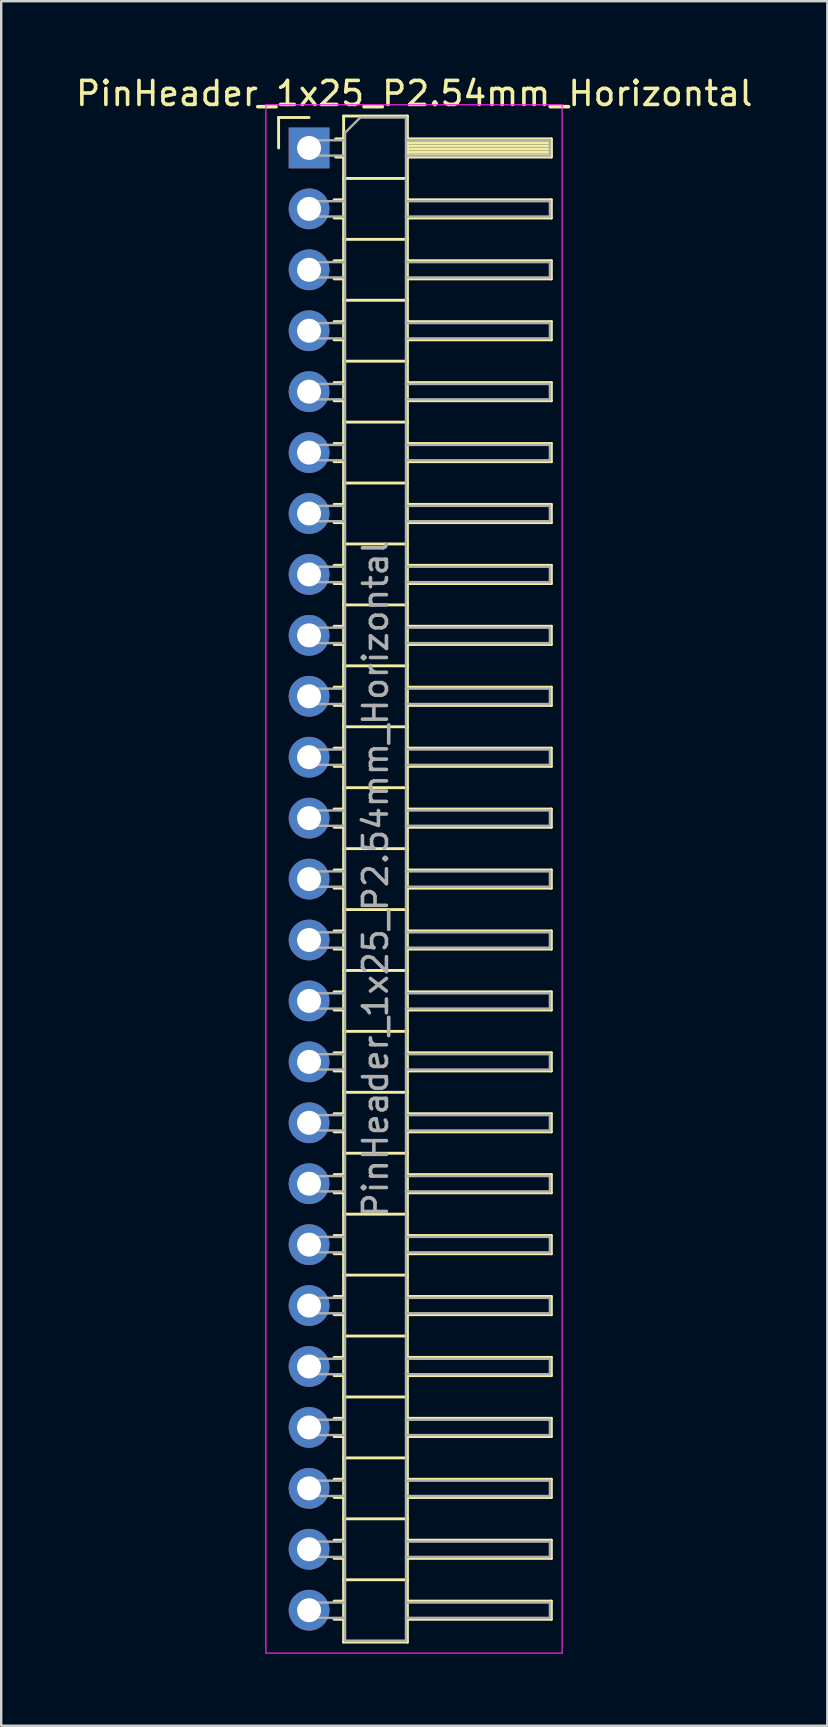
<source format=kicad_pcb>
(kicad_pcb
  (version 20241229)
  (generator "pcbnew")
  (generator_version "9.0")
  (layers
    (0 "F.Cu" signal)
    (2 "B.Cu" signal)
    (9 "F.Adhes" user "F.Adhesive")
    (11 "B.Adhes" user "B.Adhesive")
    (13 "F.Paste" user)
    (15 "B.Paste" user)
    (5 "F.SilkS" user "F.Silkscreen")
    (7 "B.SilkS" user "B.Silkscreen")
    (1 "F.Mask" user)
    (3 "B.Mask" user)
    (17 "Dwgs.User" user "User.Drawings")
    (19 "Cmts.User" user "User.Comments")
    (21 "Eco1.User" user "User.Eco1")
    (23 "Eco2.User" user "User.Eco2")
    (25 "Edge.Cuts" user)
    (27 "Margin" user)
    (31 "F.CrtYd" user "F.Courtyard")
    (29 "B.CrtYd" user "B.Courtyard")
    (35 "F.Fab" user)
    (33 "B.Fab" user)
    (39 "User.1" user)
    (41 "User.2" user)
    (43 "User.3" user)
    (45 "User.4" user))
  (footprint "PinHeader_1x25_P2.54mm_Horizontal"
    (layer "F.Cu")
    (at 9.835 3.118)
    (property "Reference" "PinHeader_1x25_P2.54mm_Horizontal" (at 4.385 -2.27 0) (layer "F.SilkS") (effects (font (size 1 1) (thickness 0.15))))
    (attr through_hole)
    (fp_line (start -1.27 -1.27) (end 0 -1.27) (stroke (width 0.12) (type solid)) (layer "F.SilkS"))
    (fp_line (start -1.27 0) (end -1.27 -1.27) (stroke (width 0.12) (type solid)) (layer "F.SilkS"))
    (fp_line (start 1.043 2.16) (end 1.44 2.16) (stroke (width 0.12) (type solid)) (layer "F.SilkS"))
    (fp_line (start 1.043 2.92) (end 1.44 2.92) (stroke (width 0.12) (type solid)) (layer "F.SilkS"))
    (fp_line (start 1.043 4.7) (end 1.44 4.7) (stroke (width 0.12) (type solid)) (layer "F.SilkS"))
    (fp_line (start 1.043 5.46) (end 1.44 5.46) (stroke (width 0.12) (type solid)) (layer "F.SilkS"))
    (fp_line (start 1.043 7.24) (end 1.44 7.24) (stroke (width 0.12) (type solid)) (layer "F.SilkS"))
    (fp_line (start 1.043 8) (end 1.44 8) (stroke (width 0.12) (type solid)) (layer "F.SilkS"))
    (fp_line (start 1.043 9.78) (end 1.44 9.78) (stroke (width 0.12) (type solid)) (layer "F.SilkS"))
    (fp_line (start 1.043 10.54) (end 1.44 10.54) (stroke (width 0.12) (type solid)) (layer "F.SilkS"))
    (fp_line (start 1.043 12.32) (end 1.44 12.32) (stroke (width 0.12) (type solid)) (layer "F.SilkS"))
    (fp_line (start 1.043 13.08) (end 1.44 13.08) (stroke (width 0.12) (type solid)) (layer "F.SilkS"))
    (fp_line (start 1.043 14.86) (end 1.44 14.86) (stroke (width 0.12) (type solid)) (layer "F.SilkS"))
    (fp_line (start 1.043 15.62) (end 1.44 15.62) (stroke (width 0.12) (type solid)) (layer "F.SilkS"))
    (fp_line (start 1.043 17.4) (end 1.44 17.4) (stroke (width 0.12) (type solid)) (layer "F.SilkS"))
    (fp_line (start 1.043 18.16) (end 1.44 18.16) (stroke (width 0.12) (type solid)) (layer "F.SilkS"))
    (fp_line (start 1.043 19.94) (end 1.44 19.94) (stroke (width 0.12) (type solid)) (layer "F.SilkS"))
    (fp_line (start 1.043 20.7) (end 1.44 20.7) (stroke (width 0.12) (type solid)) (layer "F.SilkS"))
    (fp_line (start 1.043 22.48) (end 1.44 22.48) (stroke (width 0.12) (type solid)) (layer "F.SilkS"))
    (fp_line (start 1.043 23.24) (end 1.44 23.24) (stroke (width 0.12) (type solid)) (layer "F.SilkS"))
    (fp_line (start 1.043 25.02) (end 1.44 25.02) (stroke (width 0.12) (type solid)) (layer "F.SilkS"))
    (fp_line (start 1.043 25.78) (end 1.44 25.78) (stroke (width 0.12) (type solid)) (layer "F.SilkS"))
    (fp_line (start 1.043 27.56) (end 1.44 27.56) (stroke (width 0.12) (type solid)) (layer "F.SilkS"))
    (fp_line (start 1.043 28.32) (end 1.44 28.32) (stroke (width 0.12) (type solid)) (layer "F.SilkS"))
    (fp_line (start 1.043 30.1) (end 1.44 30.1) (stroke (width 0.12) (type solid)) (layer "F.SilkS"))
    (fp_line (start 1.043 30.86) (end 1.44 30.86) (stroke (width 0.12) (type solid)) (layer "F.SilkS"))
    (fp_line (start 1.043 32.64) (end 1.44 32.64) (stroke (width 0.12) (type solid)) (layer "F.SilkS"))
    (fp_line (start 1.043 33.4) (end 1.44 33.4) (stroke (width 0.12) (type solid)) (layer "F.SilkS"))
    (fp_line (start 1.043 35.18) (end 1.44 35.18) (stroke (width 0.12) (type solid)) (layer "F.SilkS"))
    (fp_line (start 1.043 35.94) (end 1.44 35.94) (stroke (width 0.12) (type solid)) (layer "F.SilkS"))
    (fp_line (start 1.043 37.72) (end 1.44 37.72) (stroke (width 0.12) (type solid)) (layer "F.SilkS"))
    (fp_line (start 1.043 38.48) (end 1.44 38.48) (stroke (width 0.12) (type solid)) (layer "F.SilkS"))
    (fp_line (start 1.043 40.26) (end 1.44 40.26) (stroke (width 0.12) (type solid)) (layer "F.SilkS"))
    (fp_line (start 1.043 41.02) (end 1.44 41.02) (stroke (width 0.12) (type solid)) (layer "F.SilkS"))
    (fp_line (start 1.043 42.8) (end 1.44 42.8) (stroke (width 0.12) (type solid)) (layer "F.SilkS"))
    (fp_line (start 1.043 43.56) (end 1.44 43.56) (stroke (width 0.12) (type solid)) (layer "F.SilkS"))
    (fp_line (start 1.043 45.34) (end 1.44 45.34) (stroke (width 0.12) (type solid)) (layer "F.SilkS"))
    (fp_line (start 1.043 46.1) (end 1.44 46.1) (stroke (width 0.12) (type solid)) (layer "F.SilkS"))
    (fp_line (start 1.043 47.88) (end 1.44 47.88) (stroke (width 0.12) (type solid)) (layer "F.SilkS"))
    (fp_line (start 1.043 48.64) (end 1.44 48.64) (stroke (width 0.12) (type solid)) (layer "F.SilkS"))
    (fp_line (start 1.043 50.42) (end 1.44 50.42) (stroke (width 0.12) (type solid)) (layer "F.SilkS"))
    (fp_line (start 1.043 51.18) (end 1.44 51.18) (stroke (width 0.12) (type solid)) (layer "F.SilkS"))
    (fp_line (start 1.043 52.96) (end 1.44 52.96) (stroke (width 0.12) (type solid)) (layer "F.SilkS"))
    (fp_line (start 1.043 53.72) (end 1.44 53.72) (stroke (width 0.12) (type solid)) (layer "F.SilkS"))
    (fp_line (start 1.043 55.5) (end 1.44 55.5) (stroke (width 0.12) (type solid)) (layer "F.SilkS"))
    (fp_line (start 1.043 56.26) (end 1.44 56.26) (stroke (width 0.12) (type solid)) (layer "F.SilkS"))
    (fp_line (start 1.043 58.04) (end 1.44 58.04) (stroke (width 0.12) (type solid)) (layer "F.SilkS"))
    (fp_line (start 1.043 58.8) (end 1.44 58.8) (stroke (width 0.12) (type solid)) (layer "F.SilkS"))
    (fp_line (start 1.043 60.58) (end 1.44 60.58) (stroke (width 0.12) (type solid)) (layer "F.SilkS"))
    (fp_line (start 1.043 61.34) (end 1.44 61.34) (stroke (width 0.12) (type solid)) (layer "F.SilkS"))
    (fp_line (start 1.11 -0.38) (end 1.44 -0.38) (stroke (width 0.12) (type solid)) (layer "F.SilkS"))
    (fp_line (start 1.11 0.38) (end 1.44 0.38) (stroke (width 0.12) (type solid)) (layer "F.SilkS"))
    (fp_line (start 1.44 -1.33) (end 1.44 62.29) (stroke (width 0.12) (type solid)) (layer "F.SilkS"))
    (fp_line (start 1.44 1.27) (end 4.1 1.27) (stroke (width 0.12) (type solid)) (layer "F.SilkS"))
    (fp_line (start 1.44 3.81) (end 4.1 3.81) (stroke (width 0.12) (type solid)) (layer "F.SilkS"))
    (fp_line (start 1.44 6.35) (end 4.1 6.35) (stroke (width 0.12) (type solid)) (layer "F.SilkS"))
    (fp_line (start 1.44 8.89) (end 4.1 8.89) (stroke (width 0.12) (type solid)) (layer "F.SilkS"))
    (fp_line (start 1.44 11.43) (end 4.1 11.43) (stroke (width 0.12) (type solid)) (layer "F.SilkS"))
    (fp_line (start 1.44 13.97) (end 4.1 13.97) (stroke (width 0.12) (type solid)) (layer "F.SilkS"))
    (fp_line (start 1.44 16.51) (end 4.1 16.51) (stroke (width 0.12) (type solid)) (layer "F.SilkS"))
    (fp_line (start 1.44 19.05) (end 4.1 19.05) (stroke (width 0.12) (type solid)) (layer "F.SilkS"))
    (fp_line (start 1.44 21.59) (end 4.1 21.59) (stroke (width 0.12) (type solid)) (layer "F.SilkS"))
    (fp_line (start 1.44 24.13) (end 4.1 24.13) (stroke (width 0.12) (type solid)) (layer "F.SilkS"))
    (fp_line (start 1.44 26.67) (end 4.1 26.67) (stroke (width 0.12) (type solid)) (layer "F.SilkS"))
    (fp_line (start 1.44 29.21) (end 4.1 29.21) (stroke (width 0.12) (type solid)) (layer "F.SilkS"))
    (fp_line (start 1.44 31.75) (end 4.1 31.75) (stroke (width 0.12) (type solid)) (layer "F.SilkS"))
    (fp_line (start 1.44 34.29) (end 4.1 34.29) (stroke (width 0.12) (type solid)) (layer "F.SilkS"))
    (fp_line (start 1.44 36.83) (end 4.1 36.83) (stroke (width 0.12) (type solid)) (layer "F.SilkS"))
    (fp_line (start 1.44 39.37) (end 4.1 39.37) (stroke (width 0.12) (type solid)) (layer "F.SilkS"))
    (fp_line (start 1.44 41.91) (end 4.1 41.91) (stroke (width 0.12) (type solid)) (layer "F.SilkS"))
    (fp_line (start 1.44 44.45) (end 4.1 44.45) (stroke (width 0.12) (type solid)) (layer "F.SilkS"))
    (fp_line (start 1.44 46.99) (end 4.1 46.99) (stroke (width 0.12) (type solid)) (layer "F.SilkS"))
    (fp_line (start 1.44 49.53) (end 4.1 49.53) (stroke (width 0.12) (type solid)) (layer "F.SilkS"))
    (fp_line (start 1.44 52.07) (end 4.1 52.07) (stroke (width 0.12) (type solid)) (layer "F.SilkS"))
    (fp_line (start 1.44 54.61) (end 4.1 54.61) (stroke (width 0.12) (type solid)) (layer "F.SilkS"))
    (fp_line (start 1.44 57.15) (end 4.1 57.15) (stroke (width 0.12) (type solid)) (layer "F.SilkS"))
    (fp_line (start 1.44 59.69) (end 4.1 59.69) (stroke (width 0.12) (type solid)) (layer "F.SilkS"))
    (fp_line (start 1.44 62.29) (end 4.1 62.29) (stroke (width 0.12) (type solid)) (layer "F.SilkS"))
    (fp_line (start 4.1 -1.33) (end 1.44 -1.33) (stroke (width 0.12) (type solid)) (layer "F.SilkS"))
    (fp_line (start 4.1 -0.38) (end 10.1 -0.38) (stroke (width 0.12) (type solid)) (layer "F.SilkS"))
    (fp_line (start 4.1 -0.32) (end 10.1 -0.32) (stroke (width 0.12) (type solid)) (layer "F.SilkS"))
    (fp_line (start 4.1 -0.2) (end 10.1 -0.2) (stroke (width 0.12) (type solid)) (layer "F.SilkS"))
    (fp_line (start 4.1 -0.08) (end 10.1 -0.08) (stroke (width 0.12) (type solid)) (layer "F.SilkS"))
    (fp_line (start 4.1 0.04) (end 10.1 0.04) (stroke (width 0.12) (type solid)) (layer "F.SilkS"))
    (fp_line (start 4.1 0.16) (end 10.1 0.16) (stroke (width 0.12) (type solid)) (layer "F.SilkS"))
    (fp_line (start 4.1 0.28) (end 10.1 0.28) (stroke (width 0.12) (type solid)) (layer "F.SilkS"))
    (fp_line (start 4.1 2.16) (end 10.1 2.16) (stroke (width 0.12) (type solid)) (layer "F.SilkS"))
    (fp_line (start 4.1 4.7) (end 10.1 4.7) (stroke (width 0.12) (type solid)) (layer "F.SilkS"))
    (fp_line (start 4.1 7.24) (end 10.1 7.24) (stroke (width 0.12) (type solid)) (layer "F.SilkS"))
    (fp_line (start 4.1 9.78) (end 10.1 9.78) (stroke (width 0.12) (type solid)) (layer "F.SilkS"))
    (fp_line (start 4.1 12.32) (end 10.1 12.32) (stroke (width 0.12) (type solid)) (layer "F.SilkS"))
    (fp_line (start 4.1 14.86) (end 10.1 14.86) (stroke (width 0.12) (type solid)) (layer "F.SilkS"))
    (fp_line (start 4.1 17.4) (end 10.1 17.4) (stroke (width 0.12) (type solid)) (layer "F.SilkS"))
    (fp_line (start 4.1 19.94) (end 10.1 19.94) (stroke (width 0.12) (type solid)) (layer "F.SilkS"))
    (fp_line (start 4.1 22.48) (end 10.1 22.48) (stroke (width 0.12) (type solid)) (layer "F.SilkS"))
    (fp_line (start 4.1 25.02) (end 10.1 25.02) (stroke (width 0.12) (type solid)) (layer "F.SilkS"))
    (fp_line (start 4.1 27.56) (end 10.1 27.56) (stroke (width 0.12) (type solid)) (layer "F.SilkS"))
    (fp_line (start 4.1 30.1) (end 10.1 30.1) (stroke (width 0.12) (type solid)) (layer "F.SilkS"))
    (fp_line (start 4.1 32.64) (end 10.1 32.64) (stroke (width 0.12) (type solid)) (layer "F.SilkS"))
    (fp_line (start 4.1 35.18) (end 10.1 35.18) (stroke (width 0.12) (type solid)) (layer "F.SilkS"))
    (fp_line (start 4.1 37.72) (end 10.1 37.72) (stroke (width 0.12) (type solid)) (layer "F.SilkS"))
    (fp_line (start 4.1 40.26) (end 10.1 40.26) (stroke (width 0.12) (type solid)) (layer "F.SilkS"))
    (fp_line (start 4.1 42.8) (end 10.1 42.8) (stroke (width 0.12) (type solid)) (layer "F.SilkS"))
    (fp_line (start 4.1 45.34) (end 10.1 45.34) (stroke (width 0.12) (type solid)) (layer "F.SilkS"))
    (fp_line (start 4.1 47.88) (end 10.1 47.88) (stroke (width 0.12) (type solid)) (layer "F.SilkS"))
    (fp_line (start 4.1 50.42) (end 10.1 50.42) (stroke (width 0.12) (type solid)) (layer "F.SilkS"))
    (fp_line (start 4.1 52.96) (end 10.1 52.96) (stroke (width 0.12) (type solid)) (layer "F.SilkS"))
    (fp_line (start 4.1 55.5) (end 10.1 55.5) (stroke (width 0.12) (type solid)) (layer "F.SilkS"))
    (fp_line (start 4.1 58.04) (end 10.1 58.04) (stroke (width 0.12) (type solid)) (layer "F.SilkS"))
    (fp_line (start 4.1 60.58) (end 10.1 60.58) (stroke (width 0.12) (type solid)) (layer "F.SilkS"))
    (fp_line (start 4.1 62.29) (end 4.1 -1.33) (stroke (width 0.12) (type solid)) (layer "F.SilkS"))
    (fp_line (start 10.1 -0.38) (end 10.1 0.38) (stroke (width 0.12) (type solid)) (layer "F.SilkS"))
    (fp_line (start 10.1 0.38) (end 4.1 0.38) (stroke (width 0.12) (type solid)) (layer "F.SilkS"))
    (fp_line (start 10.1 2.16) (end 10.1 2.92) (stroke (width 0.12) (type solid)) (layer "F.SilkS"))
    (fp_line (start 10.1 2.92) (end 4.1 2.92) (stroke (width 0.12) (type solid)) (layer "F.SilkS"))
    (fp_line (start 10.1 4.7) (end 10.1 5.46) (stroke (width 0.12) (type solid)) (layer "F.SilkS"))
    (fp_line (start 10.1 5.46) (end 4.1 5.46) (stroke (width 0.12) (type solid)) (layer "F.SilkS"))
    (fp_line (start 10.1 7.24) (end 10.1 8) (stroke (width 0.12) (type solid)) (layer "F.SilkS"))
    (fp_line (start 10.1 8) (end 4.1 8) (stroke (width 0.12) (type solid)) (layer "F.SilkS"))
    (fp_line (start 10.1 9.78) (end 10.1 10.54) (stroke (width 0.12) (type solid)) (layer "F.SilkS"))
    (fp_line (start 10.1 10.54) (end 4.1 10.54) (stroke (width 0.12) (type solid)) (layer "F.SilkS"))
    (fp_line (start 10.1 12.32) (end 10.1 13.08) (stroke (width 0.12) (type solid)) (layer "F.SilkS"))
    (fp_line (start 10.1 13.08) (end 4.1 13.08) (stroke (width 0.12) (type solid)) (layer "F.SilkS"))
    (fp_line (start 10.1 14.86) (end 10.1 15.62) (stroke (width 0.12) (type solid)) (layer "F.SilkS"))
    (fp_line (start 10.1 15.62) (end 4.1 15.62) (stroke (width 0.12) (type solid)) (layer "F.SilkS"))
    (fp_line (start 10.1 17.4) (end 10.1 18.16) (stroke (width 0.12) (type solid)) (layer "F.SilkS"))
    (fp_line (start 10.1 18.16) (end 4.1 18.16) (stroke (width 0.12) (type solid)) (layer "F.SilkS"))
    (fp_line (start 10.1 19.94) (end 10.1 20.7) (stroke (width 0.12) (type solid)) (layer "F.SilkS"))
    (fp_line (start 10.1 20.7) (end 4.1 20.7) (stroke (width 0.12) (type solid)) (layer "F.SilkS"))
    (fp_line (start 10.1 22.48) (end 10.1 23.24) (stroke (width 0.12) (type solid)) (layer "F.SilkS"))
    (fp_line (start 10.1 23.24) (end 4.1 23.24) (stroke (width 0.12) (type solid)) (layer "F.SilkS"))
    (fp_line (start 10.1 25.02) (end 10.1 25.78) (stroke (width 0.12) (type solid)) (layer "F.SilkS"))
    (fp_line (start 10.1 25.78) (end 4.1 25.78) (stroke (width 0.12) (type solid)) (layer "F.SilkS"))
    (fp_line (start 10.1 27.56) (end 10.1 28.32) (stroke (width 0.12) (type solid)) (layer "F.SilkS"))
    (fp_line (start 10.1 28.32) (end 4.1 28.32) (stroke (width 0.12) (type solid)) (layer "F.SilkS"))
    (fp_line (start 10.1 30.1) (end 10.1 30.86) (stroke (width 0.12) (type solid)) (layer "F.SilkS"))
    (fp_line (start 10.1 30.86) (end 4.1 30.86) (stroke (width 0.12) (type solid)) (layer "F.SilkS"))
    (fp_line (start 10.1 32.64) (end 10.1 33.4) (stroke (width 0.12) (type solid)) (layer "F.SilkS"))
    (fp_line (start 10.1 33.4) (end 4.1 33.4) (stroke (width 0.12) (type solid)) (layer "F.SilkS"))
    (fp_line (start 10.1 35.18) (end 10.1 35.94) (stroke (width 0.12) (type solid)) (layer "F.SilkS"))
    (fp_line (start 10.1 35.94) (end 4.1 35.94) (stroke (width 0.12) (type solid)) (layer "F.SilkS"))
    (fp_line (start 10.1 37.72) (end 10.1 38.48) (stroke (width 0.12) (type solid)) (layer "F.SilkS"))
    (fp_line (start 10.1 38.48) (end 4.1 38.48) (stroke (width 0.12) (type solid)) (layer "F.SilkS"))
    (fp_line (start 10.1 40.26) (end 10.1 41.02) (stroke (width 0.12) (type solid)) (layer "F.SilkS"))
    (fp_line (start 10.1 41.02) (end 4.1 41.02) (stroke (width 0.12) (type solid)) (layer "F.SilkS"))
    (fp_line (start 10.1 42.8) (end 10.1 43.56) (stroke (width 0.12) (type solid)) (layer "F.SilkS"))
    (fp_line (start 10.1 43.56) (end 4.1 43.56) (stroke (width 0.12) (type solid)) (layer "F.SilkS"))
    (fp_line (start 10.1 45.34) (end 10.1 46.1) (stroke (width 0.12) (type solid)) (layer "F.SilkS"))
    (fp_line (start 10.1 46.1) (end 4.1 46.1) (stroke (width 0.12) (type solid)) (layer "F.SilkS"))
    (fp_line (start 10.1 47.88) (end 10.1 48.64) (stroke (width 0.12) (type solid)) (layer "F.SilkS"))
    (fp_line (start 10.1 48.64) (end 4.1 48.64) (stroke (width 0.12) (type solid)) (layer "F.SilkS"))
    (fp_line (start 10.1 50.42) (end 10.1 51.18) (stroke (width 0.12) (type solid)) (layer "F.SilkS"))
    (fp_line (start 10.1 51.18) (end 4.1 51.18) (stroke (width 0.12) (type solid)) (layer "F.SilkS"))
    (fp_line (start 10.1 52.96) (end 10.1 53.72) (stroke (width 0.12) (type solid)) (layer "F.SilkS"))
    (fp_line (start 10.1 53.72) (end 4.1 53.72) (stroke (width 0.12) (type solid)) (layer "F.SilkS"))
    (fp_line (start 10.1 55.5) (end 10.1 56.26) (stroke (width 0.12) (type solid)) (layer "F.SilkS"))
    (fp_line (start 10.1 56.26) (end 4.1 56.26) (stroke (width 0.12) (type solid)) (layer "F.SilkS"))
    (fp_line (start 10.1 58.04) (end 10.1 58.8) (stroke (width 0.12) (type solid)) (layer "F.SilkS"))
    (fp_line (start 10.1 58.8) (end 4.1 58.8) (stroke (width 0.12) (type solid)) (layer "F.SilkS"))
    (fp_line (start 10.1 60.58) (end 10.1 61.34) (stroke (width 0.12) (type solid)) (layer "F.SilkS"))
    (fp_line (start 10.1 61.34) (end 4.1 61.34) (stroke (width 0.12) (type solid)) (layer "F.SilkS"))
    (fp_line (start -1.8 -1.8) (end -1.8 62.75) (stroke (width 0.05) (type solid)) (layer "F.CrtYd"))
    (fp_line (start -1.8 62.75) (end 10.55 62.75) (stroke (width 0.05) (type solid)) (layer "F.CrtYd"))
    (fp_line (start 10.55 -1.8) (end -1.8 -1.8) (stroke (width 0.05) (type solid)) (layer "F.CrtYd"))
    (fp_line (start 10.55 62.75) (end 10.55 -1.8) (stroke (width 0.05) (type solid)) (layer "F.CrtYd"))
    (fp_line (start -0.32 -0.32) (end -0.32 0.32) (stroke (width 0.1) (type solid)) (layer "F.Fab"))
    (fp_line (start -0.32 -0.32) (end 1.5 -0.32) (stroke (width 0.1) (type solid)) (layer "F.Fab"))
    (fp_line (start -0.32 0.32) (end 1.5 0.32) (stroke (width 0.1) (type solid)) (layer "F.Fab"))
    (fp_line (start -0.32 2.22) (end -0.32 2.86) (stroke (width 0.1) (type solid)) (layer "F.Fab"))
    (fp_line (start -0.32 2.22) (end 1.5 2.22) (stroke (width 0.1) (type solid)) (layer "F.Fab"))
    (fp_line (start -0.32 2.86) (end 1.5 2.86) (stroke (width 0.1) (type solid)) (layer "F.Fab"))
    (fp_line (start -0.32 4.76) (end -0.32 5.4) (stroke (width 0.1) (type solid)) (layer "F.Fab"))
    (fp_line (start -0.32 4.76) (end 1.5 4.76) (stroke (width 0.1) (type solid)) (layer "F.Fab"))
    (fp_line (start -0.32 5.4) (end 1.5 5.4) (stroke (width 0.1) (type solid)) (layer "F.Fab"))
    (fp_line (start -0.32 7.3) (end -0.32 7.94) (stroke (width 0.1) (type solid)) (layer "F.Fab"))
    (fp_line (start -0.32 7.3) (end 1.5 7.3) (stroke (width 0.1) (type solid)) (layer "F.Fab"))
    (fp_line (start -0.32 7.94) (end 1.5 7.94) (stroke (width 0.1) (type solid)) (layer "F.Fab"))
    (fp_line (start -0.32 9.84) (end -0.32 10.48) (stroke (width 0.1) (type solid)) (layer "F.Fab"))
    (fp_line (start -0.32 9.84) (end 1.5 9.84) (stroke (width 0.1) (type solid)) (layer "F.Fab"))
    (fp_line (start -0.32 10.48) (end 1.5 10.48) (stroke (width 0.1) (type solid)) (layer "F.Fab"))
    (fp_line (start -0.32 12.38) (end -0.32 13.02) (stroke (width 0.1) (type solid)) (layer "F.Fab"))
    (fp_line (start -0.32 12.38) (end 1.5 12.38) (stroke (width 0.1) (type solid)) (layer "F.Fab"))
    (fp_line (start -0.32 13.02) (end 1.5 13.02) (stroke (width 0.1) (type solid)) (layer "F.Fab"))
    (fp_line (start -0.32 14.92) (end -0.32 15.56) (stroke (width 0.1) (type solid)) (layer "F.Fab"))
    (fp_line (start -0.32 14.92) (end 1.5 14.92) (stroke (width 0.1) (type solid)) (layer "F.Fab"))
    (fp_line (start -0.32 15.56) (end 1.5 15.56) (stroke (width 0.1) (type solid)) (layer "F.Fab"))
    (fp_line (start -0.32 17.46) (end -0.32 18.1) (stroke (width 0.1) (type solid)) (layer "F.Fab"))
    (fp_line (start -0.32 17.46) (end 1.5 17.46) (stroke (width 0.1) (type solid)) (layer "F.Fab"))
    (fp_line (start -0.32 18.1) (end 1.5 18.1) (stroke (width 0.1) (type solid)) (layer "F.Fab"))
    (fp_line (start -0.32 20) (end -0.32 20.64) (stroke (width 0.1) (type solid)) (layer "F.Fab"))
    (fp_line (start -0.32 20) (end 1.5 20) (stroke (width 0.1) (type solid)) (layer "F.Fab"))
    (fp_line (start -0.32 20.64) (end 1.5 20.64) (stroke (width 0.1) (type solid)) (layer "F.Fab"))
    (fp_line (start -0.32 22.54) (end -0.32 23.18) (stroke (width 0.1) (type solid)) (layer "F.Fab"))
    (fp_line (start -0.32 22.54) (end 1.5 22.54) (stroke (width 0.1) (type solid)) (layer "F.Fab"))
    (fp_line (start -0.32 23.18) (end 1.5 23.18) (stroke (width 0.1) (type solid)) (layer "F.Fab"))
    (fp_line (start -0.32 25.08) (end -0.32 25.72) (stroke (width 0.1) (type solid)) (layer "F.Fab"))
    (fp_line (start -0.32 25.08) (end 1.5 25.08) (stroke (width 0.1) (type solid)) (layer "F.Fab"))
    (fp_line (start -0.32 25.72) (end 1.5 25.72) (stroke (width 0.1) (type solid)) (layer "F.Fab"))
    (fp_line (start -0.32 27.62) (end -0.32 28.26) (stroke (width 0.1) (type solid)) (layer "F.Fab"))
    (fp_line (start -0.32 27.62) (end 1.5 27.62) (stroke (width 0.1) (type solid)) (layer "F.Fab"))
    (fp_line (start -0.32 28.26) (end 1.5 28.26) (stroke (width 0.1) (type solid)) (layer "F.Fab"))
    (fp_line (start -0.32 30.16) (end -0.32 30.8) (stroke (width 0.1) (type solid)) (layer "F.Fab"))
    (fp_line (start -0.32 30.16) (end 1.5 30.16) (stroke (width 0.1) (type solid)) (layer "F.Fab"))
    (fp_line (start -0.32 30.8) (end 1.5 30.8) (stroke (width 0.1) (type solid)) (layer "F.Fab"))
    (fp_line (start -0.32 32.7) (end -0.32 33.34) (stroke (width 0.1) (type solid)) (layer "F.Fab"))
    (fp_line (start -0.32 32.7) (end 1.5 32.7) (stroke (width 0.1) (type solid)) (layer "F.Fab"))
    (fp_line (start -0.32 33.34) (end 1.5 33.34) (stroke (width 0.1) (type solid)) (layer "F.Fab"))
    (fp_line (start -0.32 35.24) (end -0.32 35.88) (stroke (width 0.1) (type solid)) (layer "F.Fab"))
    (fp_line (start -0.32 35.24) (end 1.5 35.24) (stroke (width 0.1) (type solid)) (layer "F.Fab"))
    (fp_line (start -0.32 35.88) (end 1.5 35.88) (stroke (width 0.1) (type solid)) (layer "F.Fab"))
    (fp_line (start -0.32 37.78) (end -0.32 38.42) (stroke (width 0.1) (type solid)) (layer "F.Fab"))
    (fp_line (start -0.32 37.78) (end 1.5 37.78) (stroke (width 0.1) (type solid)) (layer "F.Fab"))
    (fp_line (start -0.32 38.42) (end 1.5 38.42) (stroke (width 0.1) (type solid)) (layer "F.Fab"))
    (fp_line (start -0.32 40.32) (end -0.32 40.96) (stroke (width 0.1) (type solid)) (layer "F.Fab"))
    (fp_line (start -0.32 40.32) (end 1.5 40.32) (stroke (width 0.1) (type solid)) (layer "F.Fab"))
    (fp_line (start -0.32 40.96) (end 1.5 40.96) (stroke (width 0.1) (type solid)) (layer "F.Fab"))
    (fp_line (start -0.32 42.86) (end -0.32 43.5) (stroke (width 0.1) (type solid)) (layer "F.Fab"))
    (fp_line (start -0.32 42.86) (end 1.5 42.86) (stroke (width 0.1) (type solid)) (layer "F.Fab"))
    (fp_line (start -0.32 43.5) (end 1.5 43.5) (stroke (width 0.1) (type solid)) (layer "F.Fab"))
    (fp_line (start -0.32 45.4) (end -0.32 46.04) (stroke (width 0.1) (type solid)) (layer "F.Fab"))
    (fp_line (start -0.32 45.4) (end 1.5 45.4) (stroke (width 0.1) (type solid)) (layer "F.Fab"))
    (fp_line (start -0.32 46.04) (end 1.5 46.04) (stroke (width 0.1) (type solid)) (layer "F.Fab"))
    (fp_line (start -0.32 47.94) (end -0.32 48.58) (stroke (width 0.1) (type solid)) (layer "F.Fab"))
    (fp_line (start -0.32 47.94) (end 1.5 47.94) (stroke (width 0.1) (type solid)) (layer "F.Fab"))
    (fp_line (start -0.32 48.58) (end 1.5 48.58) (stroke (width 0.1) (type solid)) (layer "F.Fab"))
    (fp_line (start -0.32 50.48) (end -0.32 51.12) (stroke (width 0.1) (type solid)) (layer "F.Fab"))
    (fp_line (start -0.32 50.48) (end 1.5 50.48) (stroke (width 0.1) (type solid)) (layer "F.Fab"))
    (fp_line (start -0.32 51.12) (end 1.5 51.12) (stroke (width 0.1) (type solid)) (layer "F.Fab"))
    (fp_line (start -0.32 53.02) (end -0.32 53.66) (stroke (width 0.1) (type solid)) (layer "F.Fab"))
    (fp_line (start -0.32 53.02) (end 1.5 53.02) (stroke (width 0.1) (type solid)) (layer "F.Fab"))
    (fp_line (start -0.32 53.66) (end 1.5 53.66) (stroke (width 0.1) (type solid)) (layer "F.Fab"))
    (fp_line (start -0.32 55.56) (end -0.32 56.2) (stroke (width 0.1) (type solid)) (layer "F.Fab"))
    (fp_line (start -0.32 55.56) (end 1.5 55.56) (stroke (width 0.1) (type solid)) (layer "F.Fab"))
    (fp_line (start -0.32 56.2) (end 1.5 56.2) (stroke (width 0.1) (type solid)) (layer "F.Fab"))
    (fp_line (start -0.32 58.1) (end -0.32 58.74) (stroke (width 0.1) (type solid)) (layer "F.Fab"))
    (fp_line (start -0.32 58.1) (end 1.5 58.1) (stroke (width 0.1) (type solid)) (layer "F.Fab"))
    (fp_line (start -0.32 58.74) (end 1.5 58.74) (stroke (width 0.1) (type solid)) (layer "F.Fab"))
    (fp_line (start -0.32 60.64) (end -0.32 61.28) (stroke (width 0.1) (type solid)) (layer "F.Fab"))
    (fp_line (start -0.32 60.64) (end 1.5 60.64) (stroke (width 0.1) (type solid)) (layer "F.Fab"))
    (fp_line (start -0.32 61.28) (end 1.5 61.28) (stroke (width 0.1) (type solid)) (layer "F.Fab"))
    (fp_line (start 1.5 -0.635) (end 2.135 -1.27) (stroke (width 0.1) (type solid)) (layer "F.Fab"))
    (fp_line (start 1.5 62.23) (end 1.5 -0.635) (stroke (width 0.1) (type solid)) (layer "F.Fab"))
    (fp_line (start 2.135 -1.27) (end 4.04 -1.27) (stroke (width 0.1) (type solid)) (layer "F.Fab"))
    (fp_line (start 4.04 -1.27) (end 4.04 62.23) (stroke (width 0.1) (type solid)) (layer "F.Fab"))
    (fp_line (start 4.04 -0.32) (end 10.04 -0.32) (stroke (width 0.1) (type solid)) (layer "F.Fab"))
    (fp_line (start 4.04 0.32) (end 10.04 0.32) (stroke (width 0.1) (type solid)) (layer "F.Fab"))
    (fp_line (start 4.04 2.22) (end 10.04 2.22) (stroke (width 0.1) (type solid)) (layer "F.Fab"))
    (fp_line (start 4.04 2.86) (end 10.04 2.86) (stroke (width 0.1) (type solid)) (layer "F.Fab"))
    (fp_line (start 4.04 4.76) (end 10.04 4.76) (stroke (width 0.1) (type solid)) (layer "F.Fab"))
    (fp_line (start 4.04 5.4) (end 10.04 5.4) (stroke (width 0.1) (type solid)) (layer "F.Fab"))
    (fp_line (start 4.04 7.3) (end 10.04 7.3) (stroke (width 0.1) (type solid)) (layer "F.Fab"))
    (fp_line (start 4.04 7.94) (end 10.04 7.94) (stroke (width 0.1) (type solid)) (layer "F.Fab"))
    (fp_line (start 4.04 9.84) (end 10.04 9.84) (stroke (width 0.1) (type solid)) (layer "F.Fab"))
    (fp_line (start 4.04 10.48) (end 10.04 10.48) (stroke (width 0.1) (type solid)) (layer "F.Fab"))
    (fp_line (start 4.04 12.38) (end 10.04 12.38) (stroke (width 0.1) (type solid)) (layer "F.Fab"))
    (fp_line (start 4.04 13.02) (end 10.04 13.02) (stroke (width 0.1) (type solid)) (layer "F.Fab"))
    (fp_line (start 4.04 14.92) (end 10.04 14.92) (stroke (width 0.1) (type solid)) (layer "F.Fab"))
    (fp_line (start 4.04 15.56) (end 10.04 15.56) (stroke (width 0.1) (type solid)) (layer "F.Fab"))
    (fp_line (start 4.04 17.46) (end 10.04 17.46) (stroke (width 0.1) (type solid)) (layer "F.Fab"))
    (fp_line (start 4.04 18.1) (end 10.04 18.1) (stroke (width 0.1) (type solid)) (layer "F.Fab"))
    (fp_line (start 4.04 20) (end 10.04 20) (stroke (width 0.1) (type solid)) (layer "F.Fab"))
    (fp_line (start 4.04 20.64) (end 10.04 20.64) (stroke (width 0.1) (type solid)) (layer "F.Fab"))
    (fp_line (start 4.04 22.54) (end 10.04 22.54) (stroke (width 0.1) (type solid)) (layer "F.Fab"))
    (fp_line (start 4.04 23.18) (end 10.04 23.18) (stroke (width 0.1) (type solid)) (layer "F.Fab"))
    (fp_line (start 4.04 25.08) (end 10.04 25.08) (stroke (width 0.1) (type solid)) (layer "F.Fab"))
    (fp_line (start 4.04 25.72) (end 10.04 25.72) (stroke (width 0.1) (type solid)) (layer "F.Fab"))
    (fp_line (start 4.04 27.62) (end 10.04 27.62) (stroke (width 0.1) (type solid)) (layer "F.Fab"))
    (fp_line (start 4.04 28.26) (end 10.04 28.26) (stroke (width 0.1) (type solid)) (layer "F.Fab"))
    (fp_line (start 4.04 30.16) (end 10.04 30.16) (stroke (width 0.1) (type solid)) (layer "F.Fab"))
    (fp_line (start 4.04 30.8) (end 10.04 30.8) (stroke (width 0.1) (type solid)) (layer "F.Fab"))
    (fp_line (start 4.04 32.7) (end 10.04 32.7) (stroke (width 0.1) (type solid)) (layer "F.Fab"))
    (fp_line (start 4.04 33.34) (end 10.04 33.34) (stroke (width 0.1) (type solid)) (layer "F.Fab"))
    (fp_line (start 4.04 35.24) (end 10.04 35.24) (stroke (width 0.1) (type solid)) (layer "F.Fab"))
    (fp_line (start 4.04 35.88) (end 10.04 35.88) (stroke (width 0.1) (type solid)) (layer "F.Fab"))
    (fp_line (start 4.04 37.78) (end 10.04 37.78) (stroke (width 0.1) (type solid)) (layer "F.Fab"))
    (fp_line (start 4.04 38.42) (end 10.04 38.42) (stroke (width 0.1) (type solid)) (layer "F.Fab"))
    (fp_line (start 4.04 40.32) (end 10.04 40.32) (stroke (width 0.1) (type solid)) (layer "F.Fab"))
    (fp_line (start 4.04 40.96) (end 10.04 40.96) (stroke (width 0.1) (type solid)) (layer "F.Fab"))
    (fp_line (start 4.04 42.86) (end 10.04 42.86) (stroke (width 0.1) (type solid)) (layer "F.Fab"))
    (fp_line (start 4.04 43.5) (end 10.04 43.5) (stroke (width 0.1) (type solid)) (layer "F.Fab"))
    (fp_line (start 4.04 45.4) (end 10.04 45.4) (stroke (width 0.1) (type solid)) (layer "F.Fab"))
    (fp_line (start 4.04 46.04) (end 10.04 46.04) (stroke (width 0.1) (type solid)) (layer "F.Fab"))
    (fp_line (start 4.04 47.94) (end 10.04 47.94) (stroke (width 0.1) (type solid)) (layer "F.Fab"))
    (fp_line (start 4.04 48.58) (end 10.04 48.58) (stroke (width 0.1) (type solid)) (layer "F.Fab"))
    (fp_line (start 4.04 50.48) (end 10.04 50.48) (stroke (width 0.1) (type solid)) (layer "F.Fab"))
    (fp_line (start 4.04 51.12) (end 10.04 51.12) (stroke (width 0.1) (type solid)) (layer "F.Fab"))
    (fp_line (start 4.04 53.02) (end 10.04 53.02) (stroke (width 0.1) (type solid)) (layer "F.Fab"))
    (fp_line (start 4.04 53.66) (end 10.04 53.66) (stroke (width 0.1) (type solid)) (layer "F.Fab"))
    (fp_line (start 4.04 55.56) (end 10.04 55.56) (stroke (width 0.1) (type solid)) (layer "F.Fab"))
    (fp_line (start 4.04 56.2) (end 10.04 56.2) (stroke (width 0.1) (type solid)) (layer "F.Fab"))
    (fp_line (start 4.04 58.1) (end 10.04 58.1) (stroke (width 0.1) (type solid)) (layer "F.Fab"))
    (fp_line (start 4.04 58.74) (end 10.04 58.74) (stroke (width 0.1) (type solid)) (layer "F.Fab"))
    (fp_line (start 4.04 60.64) (end 10.04 60.64) (stroke (width 0.1) (type solid)) (layer "F.Fab"))
    (fp_line (start 4.04 61.28) (end 10.04 61.28) (stroke (width 0.1) (type solid)) (layer "F.Fab"))
    (fp_line (start 4.04 62.23) (end 1.5 62.23) (stroke (width 0.1) (type solid)) (layer "F.Fab"))
    (fp_line (start 10.04 -0.32) (end 10.04 0.32) (stroke (width 0.1) (type solid)) (layer "F.Fab"))
    (fp_line (start 10.04 2.22) (end 10.04 2.86) (stroke (width 0.1) (type solid)) (layer "F.Fab"))
    (fp_line (start 10.04 4.76) (end 10.04 5.4) (stroke (width 0.1) (type solid)) (layer "F.Fab"))
    (fp_line (start 10.04 7.3) (end 10.04 7.94) (stroke (width 0.1) (type solid)) (layer "F.Fab"))
    (fp_line (start 10.04 9.84) (end 10.04 10.48) (stroke (width 0.1) (type solid)) (layer "F.Fab"))
    (fp_line (start 10.04 12.38) (end 10.04 13.02) (stroke (width 0.1) (type solid)) (layer "F.Fab"))
    (fp_line (start 10.04 14.92) (end 10.04 15.56) (stroke (width 0.1) (type solid)) (layer "F.Fab"))
    (fp_line (start 10.04 17.46) (end 10.04 18.1) (stroke (width 0.1) (type solid)) (layer "F.Fab"))
    (fp_line (start 10.04 20) (end 10.04 20.64) (stroke (width 0.1) (type solid)) (layer "F.Fab"))
    (fp_line (start 10.04 22.54) (end 10.04 23.18) (stroke (width 0.1) (type solid)) (layer "F.Fab"))
    (fp_line (start 10.04 25.08) (end 10.04 25.72) (stroke (width 0.1) (type solid)) (layer "F.Fab"))
    (fp_line (start 10.04 27.62) (end 10.04 28.26) (stroke (width 0.1) (type solid)) (layer "F.Fab"))
    (fp_line (start 10.04 30.16) (end 10.04 30.8) (stroke (width 0.1) (type solid)) (layer "F.Fab"))
    (fp_line (start 10.04 32.7) (end 10.04 33.34) (stroke (width 0.1) (type solid)) (layer "F.Fab"))
    (fp_line (start 10.04 35.24) (end 10.04 35.88) (stroke (width 0.1) (type solid)) (layer "F.Fab"))
    (fp_line (start 10.04 37.78) (end 10.04 38.42) (stroke (width 0.1) (type solid)) (layer "F.Fab"))
    (fp_line (start 10.04 40.32) (end 10.04 40.96) (stroke (width 0.1) (type solid)) (layer "F.Fab"))
    (fp_line (start 10.04 42.86) (end 10.04 43.5) (stroke (width 0.1) (type solid)) (layer "F.Fab"))
    (fp_line (start 10.04 45.4) (end 10.04 46.04) (stroke (width 0.1) (type solid)) (layer "F.Fab"))
    (fp_line (start 10.04 47.94) (end 10.04 48.58) (stroke (width 0.1) (type solid)) (layer "F.Fab"))
    (fp_line (start 10.04 50.48) (end 10.04 51.12) (stroke (width 0.1) (type solid)) (layer "F.Fab"))
    (fp_line (start 10.04 53.02) (end 10.04 53.66) (stroke (width 0.1) (type solid)) (layer "F.Fab"))
    (fp_line (start 10.04 55.56) (end 10.04 56.2) (stroke (width 0.1) (type solid)) (layer "F.Fab"))
    (fp_line (start 10.04 58.1) (end 10.04 58.74) (stroke (width 0.1) (type solid)) (layer "F.Fab"))
    (fp_line (start 10.04 60.64) (end 10.04 61.28) (stroke (width 0.1) (type solid)) (layer "F.Fab"))
    (fp_text user "${REFERENCE}" (at 2.77 30.48 90) (layer "F.Fab") (effects (font (size 1 1) (thickness 0.15))))
    (pad "1" thru_hole rect (at 0 0) (size 1.7 1.7) (drill 1) (layers "*.Cu" "*.Mask"))
    (pad "2" thru_hole oval (at 0 2.54) (size 1.7 1.7) (drill 1) (layers "*.Cu" "*.Mask"))
    (pad "3" thru_hole oval (at 0 5.08) (size 1.7 1.7) (drill 1) (layers "*.Cu" "*.Mask"))
    (pad "4" thru_hole oval (at 0 7.62) (size 1.7 1.7) (drill 1) (layers "*.Cu" "*.Mask"))
    (pad "5" thru_hole oval (at 0 10.16) (size 1.7 1.7) (drill 1) (layers "*.Cu" "*.Mask"))
    (pad "6" thru_hole oval (at 0 12.7) (size 1.7 1.7) (drill 1) (layers "*.Cu" "*.Mask"))
    (pad "7" thru_hole oval (at 0 15.24) (size 1.7 1.7) (drill 1) (layers "*.Cu" "*.Mask"))
    (pad "8" thru_hole oval (at 0 17.78) (size 1.7 1.7) (drill 1) (layers "*.Cu" "*.Mask"))
    (pad "9" thru_hole oval (at 0 20.32) (size 1.7 1.7) (drill 1) (layers "*.Cu" "*.Mask"))
    (pad "10" thru_hole oval (at 0 22.86) (size 1.7 1.7) (drill 1) (layers "*.Cu" "*.Mask"))
    (pad "11" thru_hole oval (at 0 25.4) (size 1.7 1.7) (drill 1) (layers "*.Cu" "*.Mask"))
    (pad "12" thru_hole oval (at 0 27.94) (size 1.7 1.7) (drill 1) (layers "*.Cu" "*.Mask"))
    (pad "13" thru_hole oval (at 0 30.48) (size 1.7 1.7) (drill 1) (layers "*.Cu" "*.Mask"))
    (pad "14" thru_hole oval (at 0 33.02) (size 1.7 1.7) (drill 1) (layers "*.Cu" "*.Mask"))
    (pad "15" thru_hole oval (at 0 35.56) (size 1.7 1.7) (drill 1) (layers "*.Cu" "*.Mask"))
    (pad "16" thru_hole oval (at 0 38.1) (size 1.7 1.7) (drill 1) (layers "*.Cu" "*.Mask"))
    (pad "17" thru_hole oval (at 0 40.64) (size 1.7 1.7) (drill 1) (layers "*.Cu" "*.Mask"))
    (pad "18" thru_hole oval (at 0 43.18) (size 1.7 1.7) (drill 1) (layers "*.Cu" "*.Mask"))
    (pad "19" thru_hole oval (at 0 45.72) (size 1.7 1.7) (drill 1) (layers "*.Cu" "*.Mask"))
    (pad "20" thru_hole oval (at 0 48.26) (size 1.7 1.7) (drill 1) (layers "*.Cu" "*.Mask"))
    (pad "21" thru_hole oval (at 0 50.8) (size 1.7 1.7) (drill 1) (layers "*.Cu" "*.Mask"))
    (pad "22" thru_hole oval (at 0 53.34) (size 1.7 1.7) (drill 1) (layers "*.Cu" "*.Mask"))
    (pad "23" thru_hole oval (at 0 55.88) (size 1.7 1.7) (drill 1) (layers "*.Cu" "*.Mask"))
    (pad "24" thru_hole oval (at 0 58.42) (size 1.7 1.7) (drill 1) (layers "*.Cu" "*.Mask"))
    (pad "25" thru_hole oval (at 0 60.96) (size 1.7 1.7) (drill 1) (layers "*.Cu" "*.Mask")))
  (gr_rect
    (start -3 -3)
    (end 31.44 68.893)
    (stroke (width 0.1) (type default))
    (fill no)
    (layer "Edge.Cuts")))
</source>
